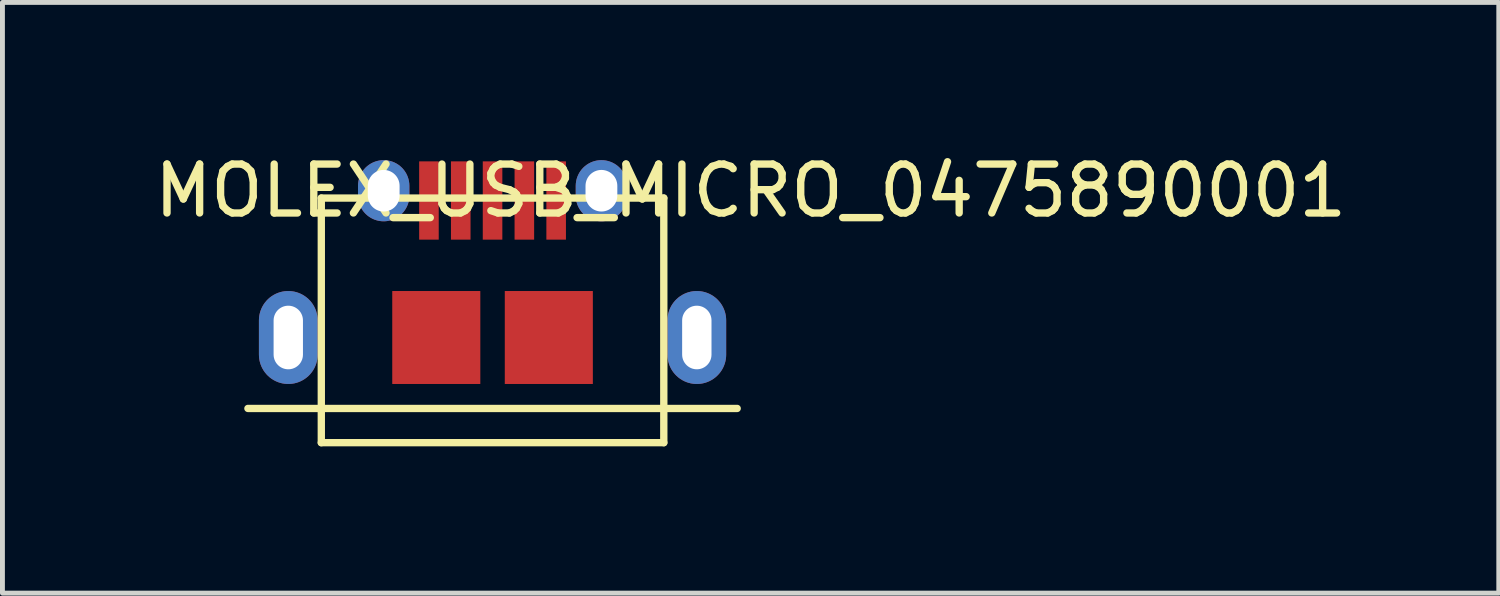
<source format=kicad_pcb>
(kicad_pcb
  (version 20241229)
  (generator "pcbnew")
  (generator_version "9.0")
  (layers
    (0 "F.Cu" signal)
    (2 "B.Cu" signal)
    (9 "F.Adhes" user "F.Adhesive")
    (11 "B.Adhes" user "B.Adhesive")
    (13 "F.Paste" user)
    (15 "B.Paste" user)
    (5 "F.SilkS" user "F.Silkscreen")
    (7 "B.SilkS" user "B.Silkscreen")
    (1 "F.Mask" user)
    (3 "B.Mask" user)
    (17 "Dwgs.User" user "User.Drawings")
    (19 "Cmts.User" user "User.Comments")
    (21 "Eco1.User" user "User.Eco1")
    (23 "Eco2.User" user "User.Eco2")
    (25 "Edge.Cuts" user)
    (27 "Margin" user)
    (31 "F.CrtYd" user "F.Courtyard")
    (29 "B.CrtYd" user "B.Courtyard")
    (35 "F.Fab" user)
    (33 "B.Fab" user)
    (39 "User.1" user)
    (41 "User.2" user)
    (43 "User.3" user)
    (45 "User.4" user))
  (footprint "MOLEX_USB_MICRO_0475890001"
    (layer "F.Cu")
    (at 7.017 1.848)
    (property "Reference" "MOLEX_USB_MICRO_0475890001" (at 5.275 -1 0) (layer "F.SilkS") (effects (font (size 1 1) (thickness 0.15))))
    (attr through_hole)
    (fp_line (start -5 3.45) (end 5 3.45) (stroke (width 0.15) (type solid)) (layer "F.SilkS"))
    (fp_line (start -3.5 -0.85) (end -3.5 4.15) (stroke (width 0.15) (type solid)) (layer "F.SilkS"))
    (fp_line (start -3.5 -0.85) (end 3.5 -0.85) (stroke (width 0.15) (type solid)) (layer "F.SilkS"))
    (fp_line (start -3.5 4.15) (end 3.5 4.15) (stroke (width 0.15) (type solid)) (layer "F.SilkS"))
    (fp_line (start 3.5 -0.85) (end 3.5 4.15) (stroke (width 0.15) (type solid)) (layer "F.SilkS"))
    (pad "1" smd rect (at -1.3 -0.8) (size 0.4 1.6) (layers "F.Cu" "F.Mask" "F.Paste"))
    (pad "2" smd rect (at -0.65 -0.8) (size 0.4 1.6) (layers "F.Cu" "F.Mask" "F.Paste"))
    (pad "3" smd rect (at 0 -0.8) (size 0.4 1.6) (layers "F.Cu" "F.Mask" "F.Paste"))
    (pad "4" smd rect (at 0.65 -0.8) (size 0.4 1.6) (layers "F.Cu" "F.Mask" "F.Paste"))
    (pad "5" thru_hole oval (at -4.175 2) (size 1.2 1.9) (drill oval 0.6 1.3) (layers "*.Cu" "*.Mask"))
    (pad "5" thru_hole oval (at -2.225 -1) (size 1.05 1.25) (drill oval 0.65 0.85) (layers "*.Cu" "*.Mask"))
    (pad "5" smd rect (at -1.15 2) (size 1.8 1.9) (layers "F.Cu" "F.Mask" "F.Paste"))
    (pad "5" smd rect (at 1.15 2) (size 1.8 1.9) (layers "F.Cu" "F.Mask" "F.Paste"))
    (pad "5" smd rect (at 1.3 -0.8) (size 0.4 1.6) (layers "F.Cu" "F.Mask" "F.Paste"))
    (pad "5" thru_hole oval (at 2.225 -1) (size 1.05 1.25) (drill oval 0.65 0.85) (layers "*.Cu" "*.Mask"))
    (pad "5" thru_hole oval (at 4.175 2) (size 1.2 1.9) (drill oval 0.6 1.3) (layers "*.Cu" "*.Mask")))
  (gr_rect
    (start -3 -3)
    (end 27.583 9.073)
    (stroke (width 0.1) (type default))
    (fill no)
    (layer "Edge.Cuts")))
</source>
